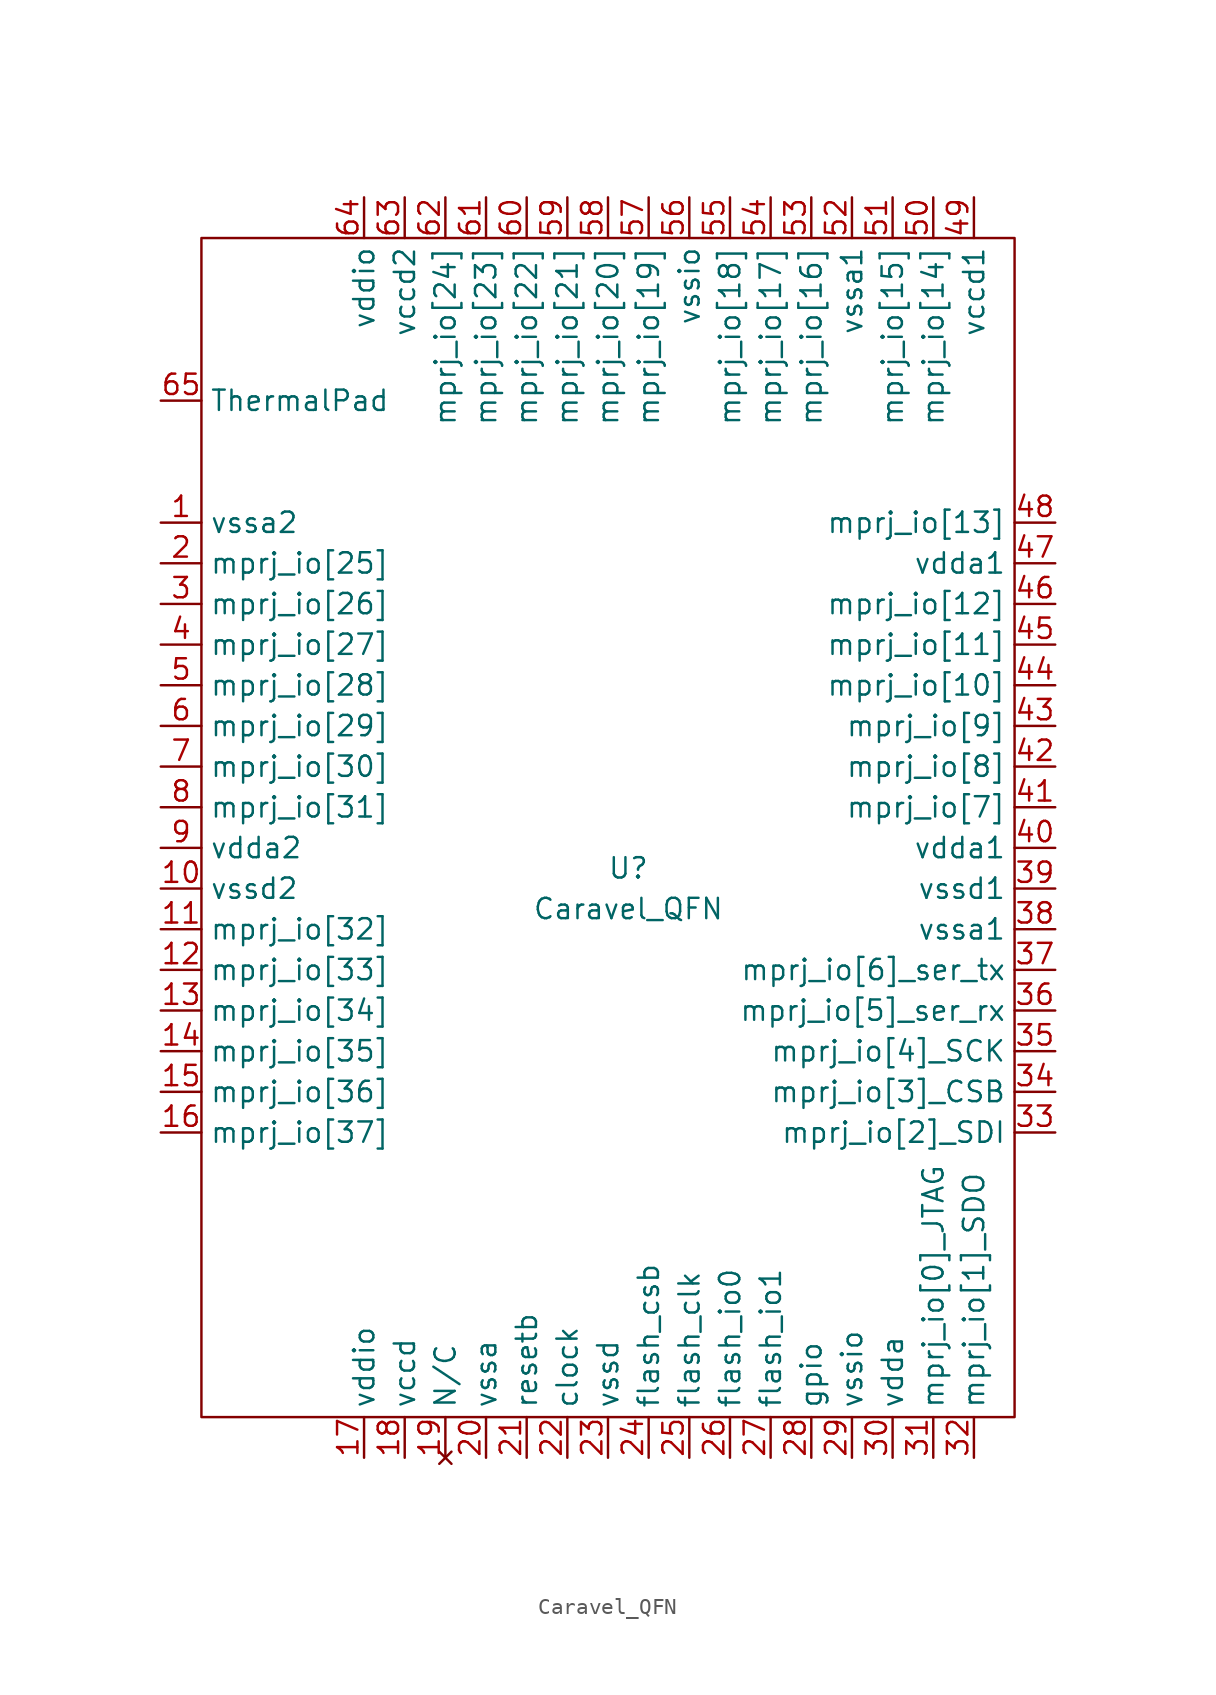
<source format=kicad_sym>
(kicad_symbol_lib
  (version 20211014)
  (generator kicad_symbol_editor)
  (symbol "Caravel_QFN"
    (property "Reference" "U"
      (at 0 1.27 0)
      (effects (font (size 1.27 1.27))))
    (property "Value" "Caravel_QFN"
      (at 0 -1.27 0)
      (effects (font (size 1.27 1.27))))
    (symbol "Caravel_QFN_0_1"
      (rectangle (start -26.67 40.64) (end 24.13 -33.02) (stroke (width 0) (type default) (color 0 0 0 0)) (fill (type none))))
    (symbol "Caravel_QFN_1_1"
      (pin power_in line (at -29.21 22.86 0) (length 2.54) (name "vssa2" (effects (font (size 1.27 1.27)))) (number "1" (effects (font (size 1.27 1.27)))))
      (pin power_in line (at -29.21 0 0) (length 2.54) (name "vssd2" (effects (font (size 1.27 1.27)))) (number "10" (effects (font (size 1.27 1.27)))))
      (pin bidirectional line (at -29.21 -2.54 0) (length 2.54) (name "mprj_io[32]" (effects (font (size 1.27 1.27)))) (number "11" (effects (font (size 1.27 1.27)))))
      (pin bidirectional line (at -29.21 -5.08 0) (length 2.54) (name "mprj_io[33]" (effects (font (size 1.27 1.27)))) (number "12" (effects (font (size 1.27 1.27)))))
      (pin bidirectional line (at -29.21 -7.62 0) (length 2.54) (name "mprj_io[34]" (effects (font (size 1.27 1.27)))) (number "13" (effects (font (size 1.27 1.27)))))
      (pin bidirectional line (at -29.21 -10.16 0) (length 2.54) (name "mprj_io[35]" (effects (font (size 1.27 1.27)))) (number "14" (effects (font (size 1.27 1.27)))))
      (pin bidirectional line (at -29.21 -12.7 0) (length 2.54) (name "mprj_io[36]" (effects (font (size 1.27 1.27)))) (number "15" (effects (font (size 1.27 1.27)))))
      (pin bidirectional line (at -29.21 -15.24 0) (length 2.54) (name "mprj_io[37]" (effects (font (size 1.27 1.27)))) (number "16" (effects (font (size 1.27 1.27)))))
      (pin power_in line (at -16.51 -35.56 90) (length 2.54) (name "vddio" (effects (font (size 1.27 1.27)))) (number "17" (effects (font (size 1.27 1.27)))))
      (pin power_in line (at -13.97 -35.56 90) (length 2.54) (name "vccd" (effects (font (size 1.27 1.27)))) (number "18" (effects (font (size 1.27 1.27)))))
      (pin no_connect line (at -11.43 -35.56 90) (length 2.54) (name "N/C" (effects (font (size 1.27 1.27)))) (number "19" (effects (font (size 1.27 1.27)))))
      (pin bidirectional line (at -29.21 20.32 0) (length 2.54) (name "mprj_io[25]" (effects (font (size 1.27 1.27)))) (number "2" (effects (font (size 1.27 1.27)))))
      (pin power_in line (at -8.89 -35.56 90) (length 2.54) (name "vssa" (effects (font (size 1.27 1.27)))) (number "20" (effects (font (size 1.27 1.27)))))
      (pin input line (at -6.35 -35.56 90) (length 2.54) (name "resetb" (effects (font (size 1.27 1.27)))) (number "21" (effects (font (size 1.27 1.27)))))
      (pin input line (at -3.81 -35.56 90) (length 2.54) (name "clock" (effects (font (size 1.27 1.27)))) (number "22" (effects (font (size 1.27 1.27)))))
      (pin power_in line (at -1.27 -35.56 90) (length 2.54) (name "vssd" (effects (font (size 1.27 1.27)))) (number "23" (effects (font (size 1.27 1.27)))))
      (pin output line (at 1.27 -35.56 90) (length 2.54) (name "flash_csb" (effects (font (size 1.27 1.27)))) (number "24" (effects (font (size 1.27 1.27)))))
      (pin output line (at 3.81 -35.56 90) (length 2.54) (name "flash_clk" (effects (font (size 1.27 1.27)))) (number "25" (effects (font (size 1.27 1.27)))))
      (pin bidirectional line (at 6.35 -35.56 90) (length 2.54) (name "flash_io0" (effects (font (size 1.27 1.27)))) (number "26" (effects (font (size 1.27 1.27)))))
      (pin bidirectional line (at 8.89 -35.56 90) (length 2.54) (name "flash_io1" (effects (font (size 1.27 1.27)))) (number "27" (effects (font (size 1.27 1.27)))))
      (pin bidirectional line (at 11.43 -35.56 90) (length 2.54) (name "gpio" (effects (font (size 1.27 1.27)))) (number "28" (effects (font (size 1.27 1.27)))))
      (pin power_in line (at 13.97 -35.56 90) (length 2.54) (name "vssio" (effects (font (size 1.27 1.27)))) (number "29" (effects (font (size 1.27 1.27)))))
      (pin bidirectional line (at -29.21 17.78 0) (length 2.54) (name "mprj_io[26]" (effects (font (size 1.27 1.27)))) (number "3" (effects (font (size 1.27 1.27)))))
      (pin power_in line (at 16.51 -35.56 90) (length 2.54) (name "vdda" (effects (font (size 1.27 1.27)))) (number "30" (effects (font (size 1.27 1.27)))))
      (pin bidirectional line (at 19.05 -35.56 90) (length 2.54) (name "mprj_io[0]_JTAG" (effects (font (size 1.27 1.27)))) (number "31" (effects (font (size 1.27 1.27)))))
      (pin bidirectional line (at 21.59 -35.56 90) (length 2.54) (name "mprj_io[1]_SDO" (effects (font (size 1.27 1.27)))) (number "32" (effects (font (size 1.27 1.27)))))
      (pin bidirectional line (at 26.67 -15.24 180) (length 2.54) (name "mprj_io[2]_SDI" (effects (font (size 1.27 1.27)))) (number "33" (effects (font (size 1.27 1.27)))))
      (pin bidirectional line (at 26.67 -12.7 180) (length 2.54) (name "mprj_io[3]_CSB" (effects (font (size 1.27 1.27)))) (number "34" (effects (font (size 1.27 1.27)))))
      (pin bidirectional line (at 26.67 -10.16 180) (length 2.54) (name "mprj_io[4]_SCK" (effects (font (size 1.27 1.27)))) (number "35" (effects (font (size 1.27 1.27)))))
      (pin bidirectional line (at 26.67 -7.62 180) (length 2.54) (name "mprj_io[5]_ser_rx" (effects (font (size 1.27 1.27)))) (number "36" (effects (font (size 1.27 1.27)))))
      (pin bidirectional line (at 26.67 -5.08 180) (length 2.54) (name "mprj_io[6]_ser_tx" (effects (font (size 1.27 1.27)))) (number "37" (effects (font (size 1.27 1.27)))))
      (pin power_in line (at 26.67 -2.54 180) (length 2.54) (name "vssa1" (effects (font (size 1.27 1.27)))) (number "38" (effects (font (size 1.27 1.27)))))
      (pin power_in line (at 26.67 0 180) (length 2.54) (name "vssd1" (effects (font (size 1.27 1.27)))) (number "39" (effects (font (size 1.27 1.27)))))
      (pin bidirectional line (at -29.21 15.24 0) (length 2.54) (name "mprj_io[27]" (effects (font (size 1.27 1.27)))) (number "4" (effects (font (size 1.27 1.27)))))
      (pin power_in line (at 26.67 2.54 180) (length 2.54) (name "vdda1" (effects (font (size 1.27 1.27)))) (number "40" (effects (font (size 1.27 1.27)))))
      (pin bidirectional line (at 26.67 5.08 180) (length 2.54) (name "mprj_io[7]" (effects (font (size 1.27 1.27)))) (number "41" (effects (font (size 1.27 1.27)))))
      (pin bidirectional line (at 26.67 7.62 180) (length 2.54) (name "mprj_io[8]" (effects (font (size 1.27 1.27)))) (number "42" (effects (font (size 1.27 1.27)))))
      (pin bidirectional line (at 26.67 10.16 180) (length 2.54) (name "mprj_io[9]" (effects (font (size 1.27 1.27)))) (number "43" (effects (font (size 1.27 1.27)))))
      (pin bidirectional line (at 26.67 12.7 180) (length 2.54) (name "mprj_io[10]" (effects (font (size 1.27 1.27)))) (number "44" (effects (font (size 1.27 1.27)))))
      (pin bidirectional line (at 26.67 15.24 180) (length 2.54) (name "mprj_io[11]" (effects (font (size 1.27 1.27)))) (number "45" (effects (font (size 1.27 1.27)))))
      (pin bidirectional line (at 26.67 17.78 180) (length 2.54) (name "mprj_io[12]" (effects (font (size 1.27 1.27)))) (number "46" (effects (font (size 1.27 1.27)))))
      (pin power_in line (at 26.67 20.32 180) (length 2.54) (name "vdda1" (effects (font (size 1.27 1.27)))) (number "47" (effects (font (size 1.27 1.27)))))
      (pin bidirectional line (at 26.67 22.86 180) (length 2.54) (name "mprj_io[13]" (effects (font (size 1.27 1.27)))) (number "48" (effects (font (size 1.27 1.27)))))
      (pin power_in line (at 21.59 43.18 270) (length 2.54) (name "vccd1" (effects (font (size 1.27 1.27)))) (number "49" (effects (font (size 1.27 1.27)))))
      (pin bidirectional line (at -29.21 12.7 0) (length 2.54) (name "mprj_io[28]" (effects (font (size 1.27 1.27)))) (number "5" (effects (font (size 1.27 1.27)))))
      (pin bidirectional line (at 19.05 43.18 270) (length 2.54) (name "mprj_io[14]" (effects (font (size 1.27 1.27)))) (number "50" (effects (font (size 1.27 1.27)))))
      (pin bidirectional line (at 16.51 43.18 270) (length 2.54) (name "mprj_io[15]" (effects (font (size 1.27 1.27)))) (number "51" (effects (font (size 1.27 1.27)))))
      (pin power_in line (at 13.97 43.18 270) (length 2.54) (name "vssa1" (effects (font (size 1.27 1.27)))) (number "52" (effects (font (size 1.27 1.27)))))
      (pin bidirectional line (at 11.43 43.18 270) (length 2.54) (name "mprj_io[16]" (effects (font (size 1.27 1.27)))) (number "53" (effects (font (size 1.27 1.27)))))
      (pin bidirectional line (at 8.89 43.18 270) (length 2.54) (name "mprj_io[17]" (effects (font (size 1.27 1.27)))) (number "54" (effects (font (size 1.27 1.27)))))
      (pin bidirectional line (at 6.35 43.18 270) (length 2.54) (name "mprj_io[18]" (effects (font (size 1.27 1.27)))) (number "55" (effects (font (size 1.27 1.27)))))
      (pin power_in line (at 3.81 43.18 270) (length 2.54) (name "vssio" (effects (font (size 1.27 1.27)))) (number "56" (effects (font (size 1.27 1.27)))))
      (pin bidirectional line (at 1.27 43.18 270) (length 2.54) (name "mprj_io[19]" (effects (font (size 1.27 1.27)))) (number "57" (effects (font (size 1.27 1.27)))))
      (pin bidirectional line (at -1.27 43.18 270) (length 2.54) (name "mprj_io[20]" (effects (font (size 1.27 1.27)))) (number "58" (effects (font (size 1.27 1.27)))))
      (pin bidirectional line (at -3.81 43.18 270) (length 2.54) (name "mprj_io[21]" (effects (font (size 1.27 1.27)))) (number "59" (effects (font (size 1.27 1.27)))))
      (pin bidirectional line (at -29.21 10.16 0) (length 2.54) (name "mprj_io[29]" (effects (font (size 1.27 1.27)))) (number "6" (effects (font (size 1.27 1.27)))))
      (pin bidirectional line (at -6.35 43.18 270) (length 2.54) (name "mprj_io[22]" (effects (font (size 1.27 1.27)))) (number "60" (effects (font (size 1.27 1.27)))))
      (pin bidirectional line (at -8.89 43.18 270) (length 2.54) (name "mprj_io[23]" (effects (font (size 1.27 1.27)))) (number "61" (effects (font (size 1.27 1.27)))))
      (pin bidirectional line (at -11.43 43.18 270) (length 2.54) (name "mprj_io[24]" (effects (font (size 1.27 1.27)))) (number "62" (effects (font (size 1.27 1.27)))))
      (pin power_in line (at -13.97 43.18 270) (length 2.54) (name "vccd2" (effects (font (size 1.27 1.27)))) (number "63" (effects (font (size 1.27 1.27)))))
      (pin power_in line (at -16.51 43.18 270) (length 2.54) (name "vddio" (effects (font (size 1.27 1.27)))) (number "64" (effects (font (size 1.27 1.27)))))
      (pin power_in line (at -29.21 30.48 0) (length 2.54) (name "ThermalPad" (effects (font (size 1.27 1.27)))) (number "65" (effects (font (size 1.27 1.27)))))
      (pin bidirectional line (at -29.21 7.62 0) (length 2.54) (name "mprj_io[30]" (effects (font (size 1.27 1.27)))) (number "7" (effects (font (size 1.27 1.27)))))
      (pin bidirectional line (at -29.21 5.08 0) (length 2.54) (name "mprj_io[31]" (effects (font (size 1.27 1.27)))) (number "8" (effects (font (size 1.27 1.27)))))
      (pin power_in line (at -29.21 2.54 0) (length 2.54) (name "vdda2" (effects (font (size 1.27 1.27)))) (number "9" (effects (font (size 1.27 1.27))))))))
</source>
